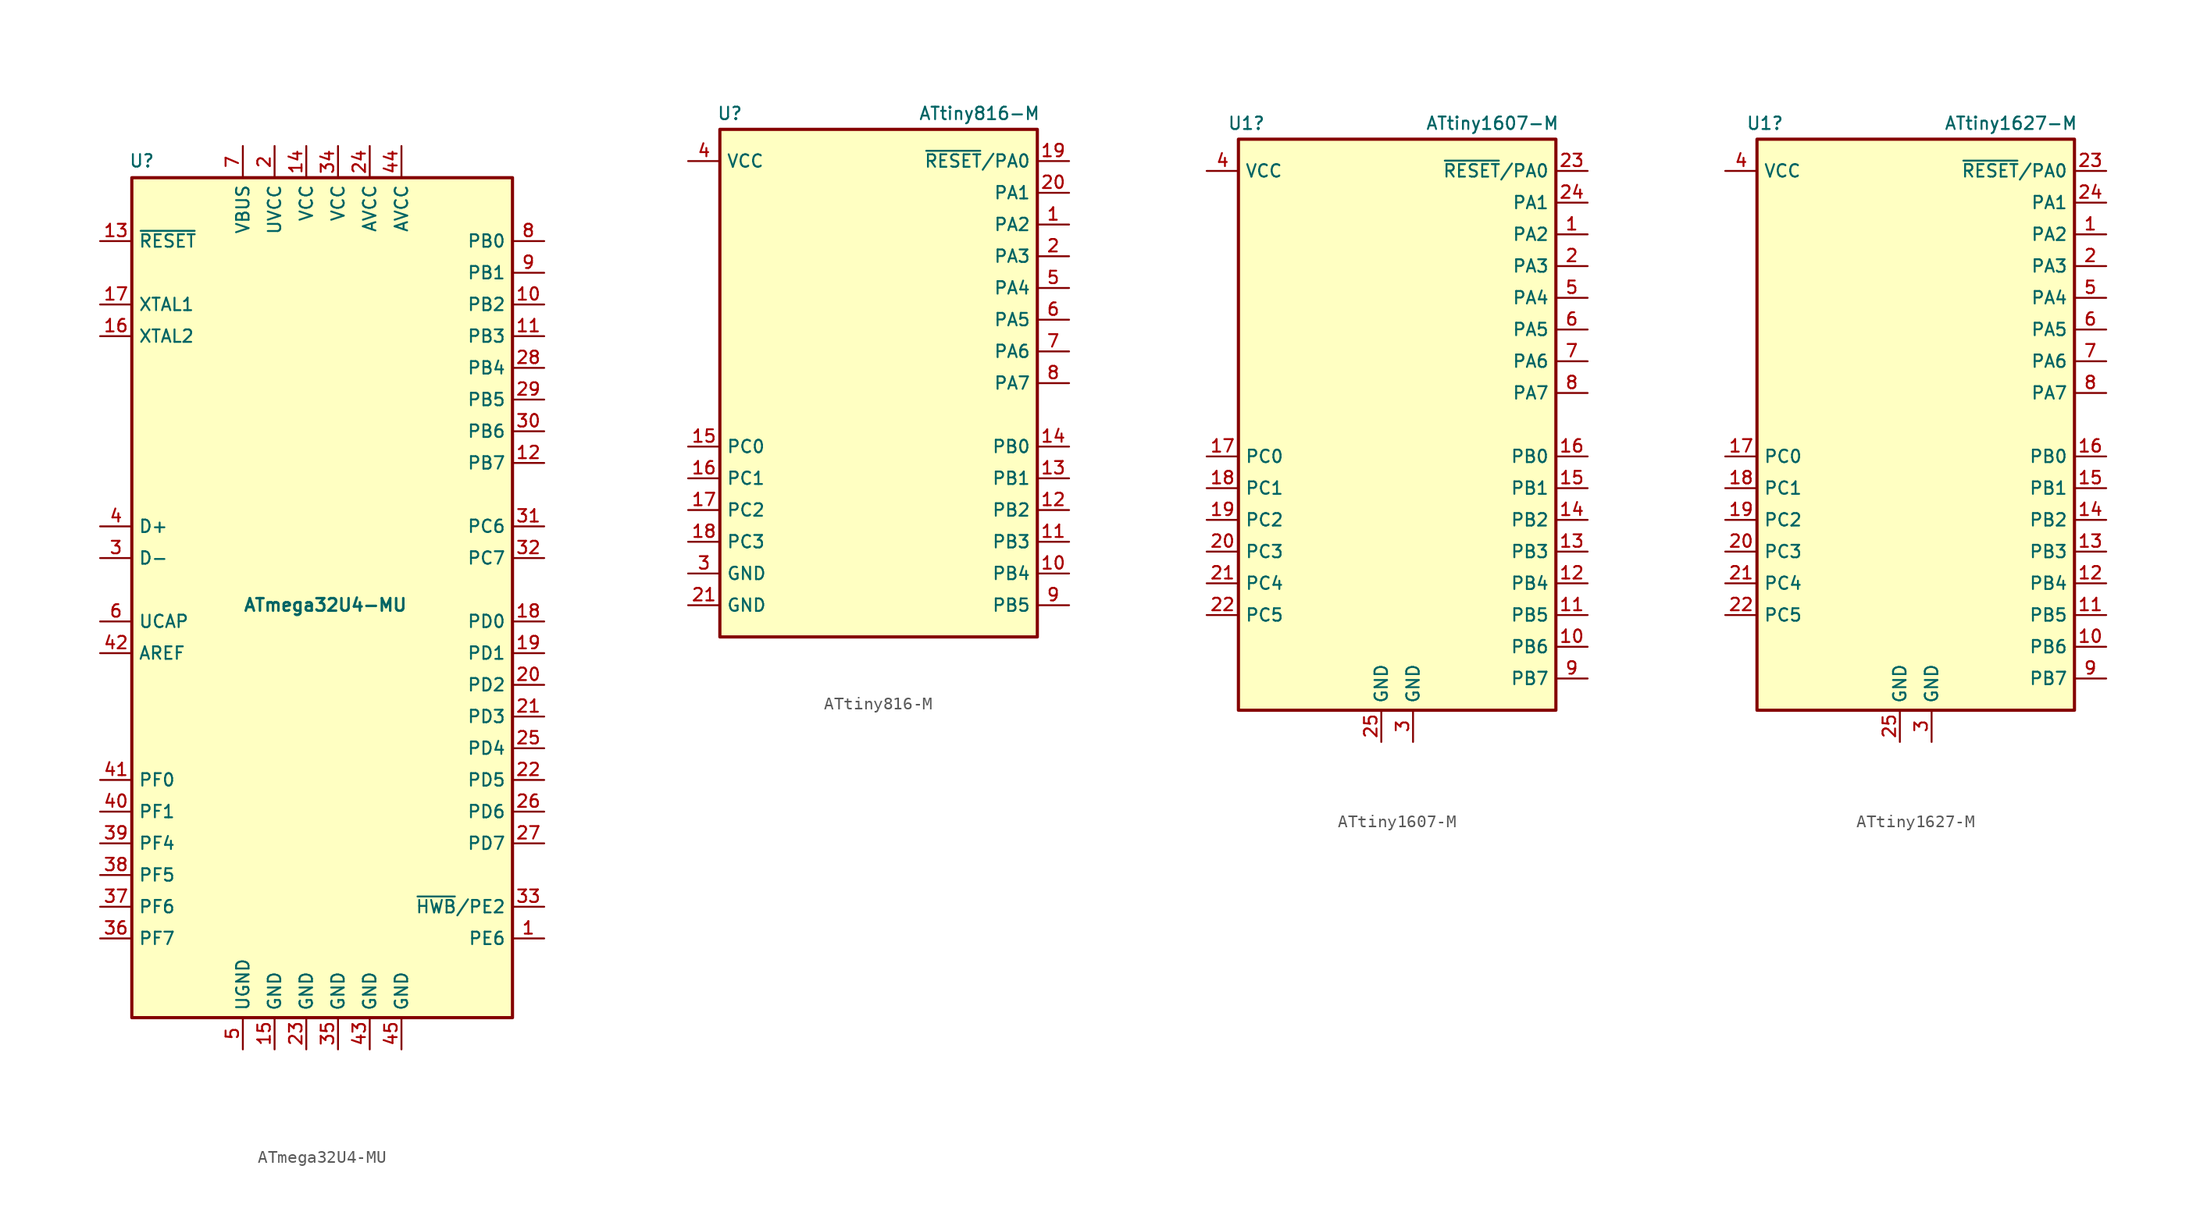
<source format=kicad_sym>
(kicad_symbol_lib
  (version 20201005)
  (generator kicad_symbol_editor)
  (symbol "HDLib_Microcontroller:ATmega32U4-MU"
    (property "Reference" "U"
      (at -15.494 35.052 0)
      (effects (font (size 1 1)) (justify left bottom)))
    (property "Value" "ATmega32U4-MU"
      (at -6.35 0.635 0)
      (effects (font (size 1 1) bold) (justify left top)))
    (symbol "ATmega32U4-MU_0_1"
      (rectangle (start -15.24 34.29) (end 15.24 -33.02) (stroke (width 0.254)) (fill (type background))))
    (symbol "ATmega32U4-MU_1_1"
      (pin bidirectional line (at 17.78 -26.67 180) (length 2.54) (name "PE6" (effects (font (size 1 1)))) (number "1" (effects (font (size 1 1)))))
      (pin bidirectional line (at 17.78 24.13 180) (length 2.54) (name "PB2" (effects (font (size 1 1)))) (number "10" (effects (font (size 1 1)))))
      (pin bidirectional line (at 17.78 21.59 180) (length 2.54) (name "PB3" (effects (font (size 1 1)))) (number "11" (effects (font (size 1 1)))))
      (pin bidirectional line (at 17.78 11.43 180) (length 2.54) (name "PB7" (effects (font (size 1 1)))) (number "12" (effects (font (size 1 1)))))
      (pin input line (at -17.78 29.21 0) (length 2.54) (name "~RESET" (effects (font (size 1 1)))) (number "13" (effects (font (size 1 1)))))
      (pin power_in line (at -1.27 36.83 270) (length 2.54) (name "VCC" (effects (font (size 1 1)))) (number "14" (effects (font (size 1 1)))))
      (pin power_in line (at -3.81 -35.56 90) (length 2.54) (name "GND" (effects (font (size 1 1)))) (number "15" (effects (font (size 1 1)))))
      (pin output line (at -17.78 21.59 0) (length 2.54) (name "XTAL2" (effects (font (size 1 1)))) (number "16" (effects (font (size 1 1)))))
      (pin input line (at -17.78 24.13 0) (length 2.54) (name "XTAL1" (effects (font (size 1 1)))) (number "17" (effects (font (size 1 1)))))
      (pin bidirectional line (at 17.78 -1.27 180) (length 2.54) (name "PD0" (effects (font (size 1 1)))) (number "18" (effects (font (size 1 1)))))
      (pin bidirectional line (at 17.78 -3.81 180) (length 2.54) (name "PD1" (effects (font (size 1 1)))) (number "19" (effects (font (size 1 1)))))
      (pin power_in line (at -3.81 36.83 270) (length 2.54) (name "UVCC" (effects (font (size 1 1)))) (number "2" (effects (font (size 1 1)))))
      (pin bidirectional line (at 17.78 -6.35 180) (length 2.54) (name "PD2" (effects (font (size 1 1)))) (number "20" (effects (font (size 1 1)))))
      (pin bidirectional line (at 17.78 -8.89 180) (length 2.54) (name "PD3" (effects (font (size 1 1)))) (number "21" (effects (font (size 1 1)))))
      (pin bidirectional line (at 17.78 -13.97 180) (length 2.54) (name "PD5" (effects (font (size 1 1)))) (number "22" (effects (font (size 1 1)))))
      (pin power_in line (at -1.27 -35.56 90) (length 2.54) (name "GND" (effects (font (size 1 1)))) (number "23" (effects (font (size 1 1)))))
      (pin power_in line (at 3.81 36.83 270) (length 2.54) (name "AVCC" (effects (font (size 1 1)))) (number "24" (effects (font (size 1 1)))))
      (pin bidirectional line (at 17.78 -11.43 180) (length 2.54) (name "PD4" (effects (font (size 1 1)))) (number "25" (effects (font (size 1 1)))))
      (pin bidirectional line (at 17.78 -16.51 180) (length 2.54) (name "PD6" (effects (font (size 1 1)))) (number "26" (effects (font (size 1 1)))))
      (pin bidirectional line (at 17.78 -19.05 180) (length 2.54) (name "PD7" (effects (font (size 1 1)))) (number "27" (effects (font (size 1 1)))))
      (pin bidirectional line (at 17.78 19.05 180) (length 2.54) (name "PB4" (effects (font (size 1 1)))) (number "28" (effects (font (size 1 1)))))
      (pin bidirectional line (at 17.78 16.51 180) (length 2.54) (name "PB5" (effects (font (size 1 1)))) (number "29" (effects (font (size 1 1)))))
      (pin bidirectional line (at -17.78 3.81 0) (length 2.54) (name "D-" (effects (font (size 1 1)))) (number "3" (effects (font (size 1 1)))))
      (pin bidirectional line (at 17.78 13.97 180) (length 2.54) (name "PB6" (effects (font (size 1 1)))) (number "30" (effects (font (size 1 1)))))
      (pin bidirectional line (at 17.78 6.35 180) (length 2.54) (name "PC6" (effects (font (size 1 1)))) (number "31" (effects (font (size 1 1)))))
      (pin bidirectional line (at 17.78 3.81 180) (length 2.54) (name "PC7" (effects (font (size 1 1)))) (number "32" (effects (font (size 1 1)))))
      (pin bidirectional line (at 17.78 -24.13 180) (length 2.54) (name "~HWB~/PE2" (effects (font (size 1 1)))) (number "33" (effects (font (size 1 1)))))
      (pin power_in line (at 1.27 36.83 270) (length 2.54) (name "VCC" (effects (font (size 1 1)))) (number "34" (effects (font (size 1 1)))))
      (pin power_in line (at 1.27 -35.56 90) (length 2.54) (name "GND" (effects (font (size 1 1)))) (number "35" (effects (font (size 1 1)))))
      (pin bidirectional line (at -17.78 -26.67 0) (length 2.54) (name "PF7" (effects (font (size 1 1)))) (number "36" (effects (font (size 1 1)))))
      (pin bidirectional line (at -17.78 -24.13 0) (length 2.54) (name "PF6" (effects (font (size 1 1)))) (number "37" (effects (font (size 1 1)))))
      (pin bidirectional line (at -17.78 -21.59 0) (length 2.54) (name "PF5" (effects (font (size 1 1)))) (number "38" (effects (font (size 1 1)))))
      (pin bidirectional line (at -17.78 -19.05 0) (length 2.54) (name "PF4" (effects (font (size 1 1)))) (number "39" (effects (font (size 1 1)))))
      (pin bidirectional line (at -17.78 6.35 0) (length 2.54) (name "D+" (effects (font (size 1 1)))) (number "4" (effects (font (size 1 1)))))
      (pin bidirectional line (at -17.78 -16.51 0) (length 2.54) (name "PF1" (effects (font (size 1 1)))) (number "40" (effects (font (size 1 1)))))
      (pin bidirectional line (at -17.78 -13.97 0) (length 2.54) (name "PF0" (effects (font (size 1 1)))) (number "41" (effects (font (size 1 1)))))
      (pin passive line (at -17.78 -3.81 0) (length 2.54) (name "AREF" (effects (font (size 1 1)))) (number "42" (effects (font (size 1 1)))))
      (pin power_in line (at 3.81 -35.56 90) (length 2.54) (name "GND" (effects (font (size 1 1)))) (number "43" (effects (font (size 1 1)))))
      (pin power_in line (at 6.35 36.83 270) (length 2.54) (name "AVCC" (effects (font (size 1 1)))) (number "44" (effects (font (size 1 1)))))
      (pin power_in line (at 6.35 -35.56 90) (length 2.54) (name "GND" (effects (font (size 1 1)))) (number "45" (effects (font (size 1 1)))))
      (pin power_in line (at -6.35 -35.56 90) (length 2.54) (name "UGND" (effects (font (size 1 1)))) (number "5" (effects (font (size 1 1)))))
      (pin passive line (at -17.78 -1.27 0) (length 2.54) (name "UCAP" (effects (font (size 1 1)))) (number "6" (effects (font (size 1 1)))))
      (pin power_in line (at -6.35 36.83 270) (length 2.54) (name "VBUS" (effects (font (size 1 1)))) (number "7" (effects (font (size 1 1)))))
      (pin bidirectional line (at 17.78 29.21 180) (length 2.54) (name "PB0" (effects (font (size 1 1)))) (number "8" (effects (font (size 1 1)))))
      (pin bidirectional line (at 17.78 26.67 180) (length 2.54) (name "PB1" (effects (font (size 1 1)))) (number "9" (effects (font (size 1 1)))))))
  (symbol "HDLib_Microcontroller:ATtiny816-M"
    (property "Reference" "U"
      (at -12.954 21.59 0)
      (effects (font (size 1 1)) (justify left)))
    (property "Value" "ATtiny816-M"
      (at 12.954 21.59 0)
      (effects (font (size 1 1)) (justify right)))
    (symbol "ATtiny816-M_0_1"
      (rectangle (start -12.7 -20.32) (end 12.7 20.32) (stroke (width 0.254)) (fill (type background))))
    (symbol "ATtiny816-M_1_1"
      (pin bidirectional line (at 15.24 12.7 180) (length 2.54) (name "PA2" (effects (font (size 1 1)))) (number "1" (effects (font (size 1 1)))))
      (pin bidirectional line (at 15.24 -15.24 180) (length 2.54) (name "PB4" (effects (font (size 1 1)))) (number "10" (effects (font (size 1 1)))))
      (pin bidirectional line (at 15.24 -12.7 180) (length 2.54) (name "PB3" (effects (font (size 1 1)))) (number "11" (effects (font (size 1 1)))))
      (pin bidirectional line (at 15.24 -10.16 180) (length 2.54) (name "PB2" (effects (font (size 1 1)))) (number "12" (effects (font (size 1 1)))))
      (pin bidirectional line (at 15.24 -7.62 180) (length 2.54) (name "PB1" (effects (font (size 1 1)))) (number "13" (effects (font (size 1 1)))))
      (pin bidirectional line (at 15.24 -5.08 180) (length 2.54) (name "PB0" (effects (font (size 1 1)))) (number "14" (effects (font (size 1 1)))))
      (pin bidirectional line (at -15.24 -5.08 0) (length 2.54) (name "PC0" (effects (font (size 1 1)))) (number "15" (effects (font (size 1 1)))))
      (pin bidirectional line (at -15.24 -7.62 0) (length 2.54) (name "PC1" (effects (font (size 1 1)))) (number "16" (effects (font (size 1 1)))))
      (pin bidirectional line (at -15.24 -10.16 0) (length 2.54) (name "PC2" (effects (font (size 1 1)))) (number "17" (effects (font (size 1 1)))))
      (pin bidirectional line (at -15.24 -12.7 0) (length 2.54) (name "PC3" (effects (font (size 1 1)))) (number "18" (effects (font (size 1 1)))))
      (pin bidirectional line (at 15.24 17.78 180) (length 2.54) (name "~RESET~/PA0" (effects (font (size 1 1)))) (number "19" (effects (font (size 1 1)))))
      (pin bidirectional line (at 15.24 10.16 180) (length 2.54) (name "PA3" (effects (font (size 1 1)))) (number "2" (effects (font (size 1 1)))))
      (pin bidirectional line (at 15.24 15.24 180) (length 2.54) (name "PA1" (effects (font (size 1 1)))) (number "20" (effects (font (size 1 1)))))
      (pin power_in line (at -15.24 -17.78 0) (length 2.54) (name "GND" (effects (font (size 1 1)))) (number "21" (effects (font (size 1 1)))))
      (pin power_in line (at -15.24 -15.24 0) (length 2.54) (name "GND" (effects (font (size 1 1)))) (number "3" (effects (font (size 1 1)))))
      (pin power_in line (at -15.24 17.78 0) (length 2.54) (name "VCC" (effects (font (size 1 1)))) (number "4" (effects (font (size 1 1)))))
      (pin bidirectional line (at 15.24 7.62 180) (length 2.54) (name "PA4" (effects (font (size 1 1)))) (number "5" (effects (font (size 1 1)))))
      (pin bidirectional line (at 15.24 5.08 180) (length 2.54) (name "PA5" (effects (font (size 1 1)))) (number "6" (effects (font (size 1 1)))))
      (pin bidirectional line (at 15.24 2.54 180) (length 2.54) (name "PA6" (effects (font (size 1 1)))) (number "7" (effects (font (size 1 1)))))
      (pin bidirectional line (at 15.24 0 180) (length 2.54) (name "PA7" (effects (font (size 1 1)))) (number "8" (effects (font (size 1 1)))))
      (pin bidirectional line (at 15.24 -17.78 180) (length 2.54) (name "PB5" (effects (font (size 1 1)))) (number "9" (effects (font (size 1 1)))))))
  (symbol "HDLib_Microcontroller:ATtiny1607-M"
    (property "Reference" "U1"
      (at -12.065 24.13 0)
      (effects (font (size 1 1))))
    (property "Value" "ATtiny1607-M"
      (at 7.62 24.13 0)
      (effects (font (size 1 1))))
    (symbol "ATtiny1607-M_0_1"
      (rectangle (start -12.7 22.86) (end 12.7 -22.86) (stroke (width 0.254)) (fill (type background))))
    (symbol "ATtiny1607-M_1_1"
      (pin bidirectional line (at 15.24 15.24 180) (length 2.54) (name "PA2" (effects (font (size 1 1)))) (number "1" (effects (font (size 1 1)))))
      (pin bidirectional line (at 15.24 -17.78 180) (length 2.54) (name "PB6" (effects (font (size 1 1)))) (number "10" (effects (font (size 1 1)))))
      (pin bidirectional line (at 15.24 -15.24 180) (length 2.54) (name "PB5" (effects (font (size 1 1)))) (number "11" (effects (font (size 1 1)))))
      (pin bidirectional line (at 15.24 -12.7 180) (length 2.54) (name "PB4" (effects (font (size 1 1)))) (number "12" (effects (font (size 1 1)))))
      (pin bidirectional line (at 15.24 -10.16 180) (length 2.54) (name "PB3" (effects (font (size 1 1)))) (number "13" (effects (font (size 1 1)))))
      (pin bidirectional line (at 15.24 -7.62 180) (length 2.54) (name "PB2" (effects (font (size 1 1)))) (number "14" (effects (font (size 1 1)))))
      (pin bidirectional line (at 15.24 -5.08 180) (length 2.54) (name "PB1" (effects (font (size 1 1)))) (number "15" (effects (font (size 1 1)))))
      (pin bidirectional line (at 15.24 -2.54 180) (length 2.54) (name "PB0" (effects (font (size 1 1)))) (number "16" (effects (font (size 1 1)))))
      (pin bidirectional line (at -15.24 -2.54 0) (length 2.54) (name "PC0" (effects (font (size 1 1)))) (number "17" (effects (font (size 1 1)))))
      (pin bidirectional line (at -15.24 -5.08 0) (length 2.54) (name "PC1" (effects (font (size 1 1)))) (number "18" (effects (font (size 1 1)))))
      (pin bidirectional line (at -15.24 -7.62 0) (length 2.54) (name "PC2" (effects (font (size 1 1)))) (number "19" (effects (font (size 1 1)))))
      (pin bidirectional line (at 15.24 12.7 180) (length 2.54) (name "PA3" (effects (font (size 1 1)))) (number "2" (effects (font (size 1 1)))))
      (pin bidirectional line (at -15.24 -10.16 0) (length 2.54) (name "PC3" (effects (font (size 1 1)))) (number "20" (effects (font (size 1 1)))))
      (pin bidirectional line (at -15.24 -12.7 0) (length 2.54) (name "PC4" (effects (font (size 1 1)))) (number "21" (effects (font (size 1 1)))))
      (pin bidirectional line (at -15.24 -15.24 0) (length 2.54) (name "PC5" (effects (font (size 1 1)))) (number "22" (effects (font (size 1 1)))))
      (pin bidirectional line (at 15.24 20.32 180) (length 2.54) (name "~RESET~/PA0" (effects (font (size 1 1)))) (number "23" (effects (font (size 1 1)))))
      (pin bidirectional line (at 15.24 17.78 180) (length 2.54) (name "PA1" (effects (font (size 1 1)))) (number "24" (effects (font (size 1 1)))))
      (pin power_in line (at -1.27 -25.4 90) (length 2.54) (name "GND" (effects (font (size 1 1)))) (number "25" (effects (font (size 1 1)))))
      (pin power_in line (at 1.27 -25.4 90) (length 2.54) (name "GND" (effects (font (size 1 1)))) (number "3" (effects (font (size 1 1)))))
      (pin power_in line (at -15.24 20.32 0) (length 2.54) (name "VCC" (effects (font (size 1 1)))) (number "4" (effects (font (size 1 1)))))
      (pin bidirectional line (at 15.24 10.16 180) (length 2.54) (name "PA4" (effects (font (size 1 1)))) (number "5" (effects (font (size 1 1)))))
      (pin bidirectional line (at 15.24 7.62 180) (length 2.54) (name "PA5" (effects (font (size 1 1)))) (number "6" (effects (font (size 1 1)))))
      (pin bidirectional line (at 15.24 5.08 180) (length 2.54) (name "PA6" (effects (font (size 1 1)))) (number "7" (effects (font (size 1 1)))))
      (pin bidirectional line (at 15.24 2.54 180) (length 2.54) (name "PA7" (effects (font (size 1 1)))) (number "8" (effects (font (size 1 1)))))
      (pin bidirectional line (at 15.24 -20.32 180) (length 2.54) (name "PB7" (effects (font (size 1 1)))) (number "9" (effects (font (size 1 1)))))))
  (symbol "HDLib_Microcontroller:ATtiny1627-M"
    (property "Reference" "U1"
      (at -12.065 24.13 0)
      (effects (font (size 1 1))))
    (property "Value" "ATtiny1627-M"
      (at 7.62 24.13 0)
      (effects (font (size 1 1))))
    (symbol "ATtiny1627-M_0_1"
      (rectangle (start -12.7 22.86) (end 12.7 -22.86) (stroke (width 0.254)) (fill (type background))))
    (symbol "ATtiny1627-M_1_1"
      (pin bidirectional line (at 15.24 15.24 180) (length 2.54) (name "PA2" (effects (font (size 1 1)))) (number "1" (effects (font (size 1 1)))))
      (pin bidirectional line (at 15.24 -17.78 180) (length 2.54) (name "PB6" (effects (font (size 1 1)))) (number "10" (effects (font (size 1 1)))))
      (pin bidirectional line (at 15.24 -15.24 180) (length 2.54) (name "PB5" (effects (font (size 1 1)))) (number "11" (effects (font (size 1 1)))))
      (pin bidirectional line (at 15.24 -12.7 180) (length 2.54) (name "PB4" (effects (font (size 1 1)))) (number "12" (effects (font (size 1 1)))))
      (pin bidirectional line (at 15.24 -10.16 180) (length 2.54) (name "PB3" (effects (font (size 1 1)))) (number "13" (effects (font (size 1 1)))))
      (pin bidirectional line (at 15.24 -7.62 180) (length 2.54) (name "PB2" (effects (font (size 1 1)))) (number "14" (effects (font (size 1 1)))))
      (pin bidirectional line (at 15.24 -5.08 180) (length 2.54) (name "PB1" (effects (font (size 1 1)))) (number "15" (effects (font (size 1 1)))))
      (pin bidirectional line (at 15.24 -2.54 180) (length 2.54) (name "PB0" (effects (font (size 1 1)))) (number "16" (effects (font (size 1 1)))))
      (pin bidirectional line (at -15.24 -2.54 0) (length 2.54) (name "PC0" (effects (font (size 1 1)))) (number "17" (effects (font (size 1 1)))))
      (pin bidirectional line (at -15.24 -5.08 0) (length 2.54) (name "PC1" (effects (font (size 1 1)))) (number "18" (effects (font (size 1 1)))))
      (pin bidirectional line (at -15.24 -7.62 0) (length 2.54) (name "PC2" (effects (font (size 1 1)))) (number "19" (effects (font (size 1 1)))))
      (pin bidirectional line (at 15.24 12.7 180) (length 2.54) (name "PA3" (effects (font (size 1 1)))) (number "2" (effects (font (size 1 1)))))
      (pin bidirectional line (at -15.24 -10.16 0) (length 2.54) (name "PC3" (effects (font (size 1 1)))) (number "20" (effects (font (size 1 1)))))
      (pin bidirectional line (at -15.24 -12.7 0) (length 2.54) (name "PC4" (effects (font (size 1 1)))) (number "21" (effects (font (size 1 1)))))
      (pin bidirectional line (at -15.24 -15.24 0) (length 2.54) (name "PC5" (effects (font (size 1 1)))) (number "22" (effects (font (size 1 1)))))
      (pin bidirectional line (at 15.24 20.32 180) (length 2.54) (name "~RESET~/PA0" (effects (font (size 1 1)))) (number "23" (effects (font (size 1 1)))))
      (pin bidirectional line (at 15.24 17.78 180) (length 2.54) (name "PA1" (effects (font (size 1 1)))) (number "24" (effects (font (size 1 1)))))
      (pin power_in line (at -1.27 -25.4 90) (length 2.54) (name "GND" (effects (font (size 1 1)))) (number "25" (effects (font (size 1 1)))))
      (pin power_in line (at 1.27 -25.4 90) (length 2.54) (name "GND" (effects (font (size 1 1)))) (number "3" (effects (font (size 1 1)))))
      (pin power_in line (at -15.24 20.32 0) (length 2.54) (name "VCC" (effects (font (size 1 1)))) (number "4" (effects (font (size 1 1)))))
      (pin bidirectional line (at 15.24 10.16 180) (length 2.54) (name "PA4" (effects (font (size 1 1)))) (number "5" (effects (font (size 1 1)))))
      (pin bidirectional line (at 15.24 7.62 180) (length 2.54) (name "PA5" (effects (font (size 1 1)))) (number "6" (effects (font (size 1 1)))))
      (pin bidirectional line (at 15.24 5.08 180) (length 2.54) (name "PA6" (effects (font (size 1 1)))) (number "7" (effects (font (size 1 1)))))
      (pin bidirectional line (at 15.24 2.54 180) (length 2.54) (name "PA7" (effects (font (size 1 1)))) (number "8" (effects (font (size 1 1)))))
      (pin bidirectional line (at 15.24 -20.32 180) (length 2.54) (name "PB7" (effects (font (size 1 1)))) (number "9" (effects (font (size 1 1))))))))
</source>
